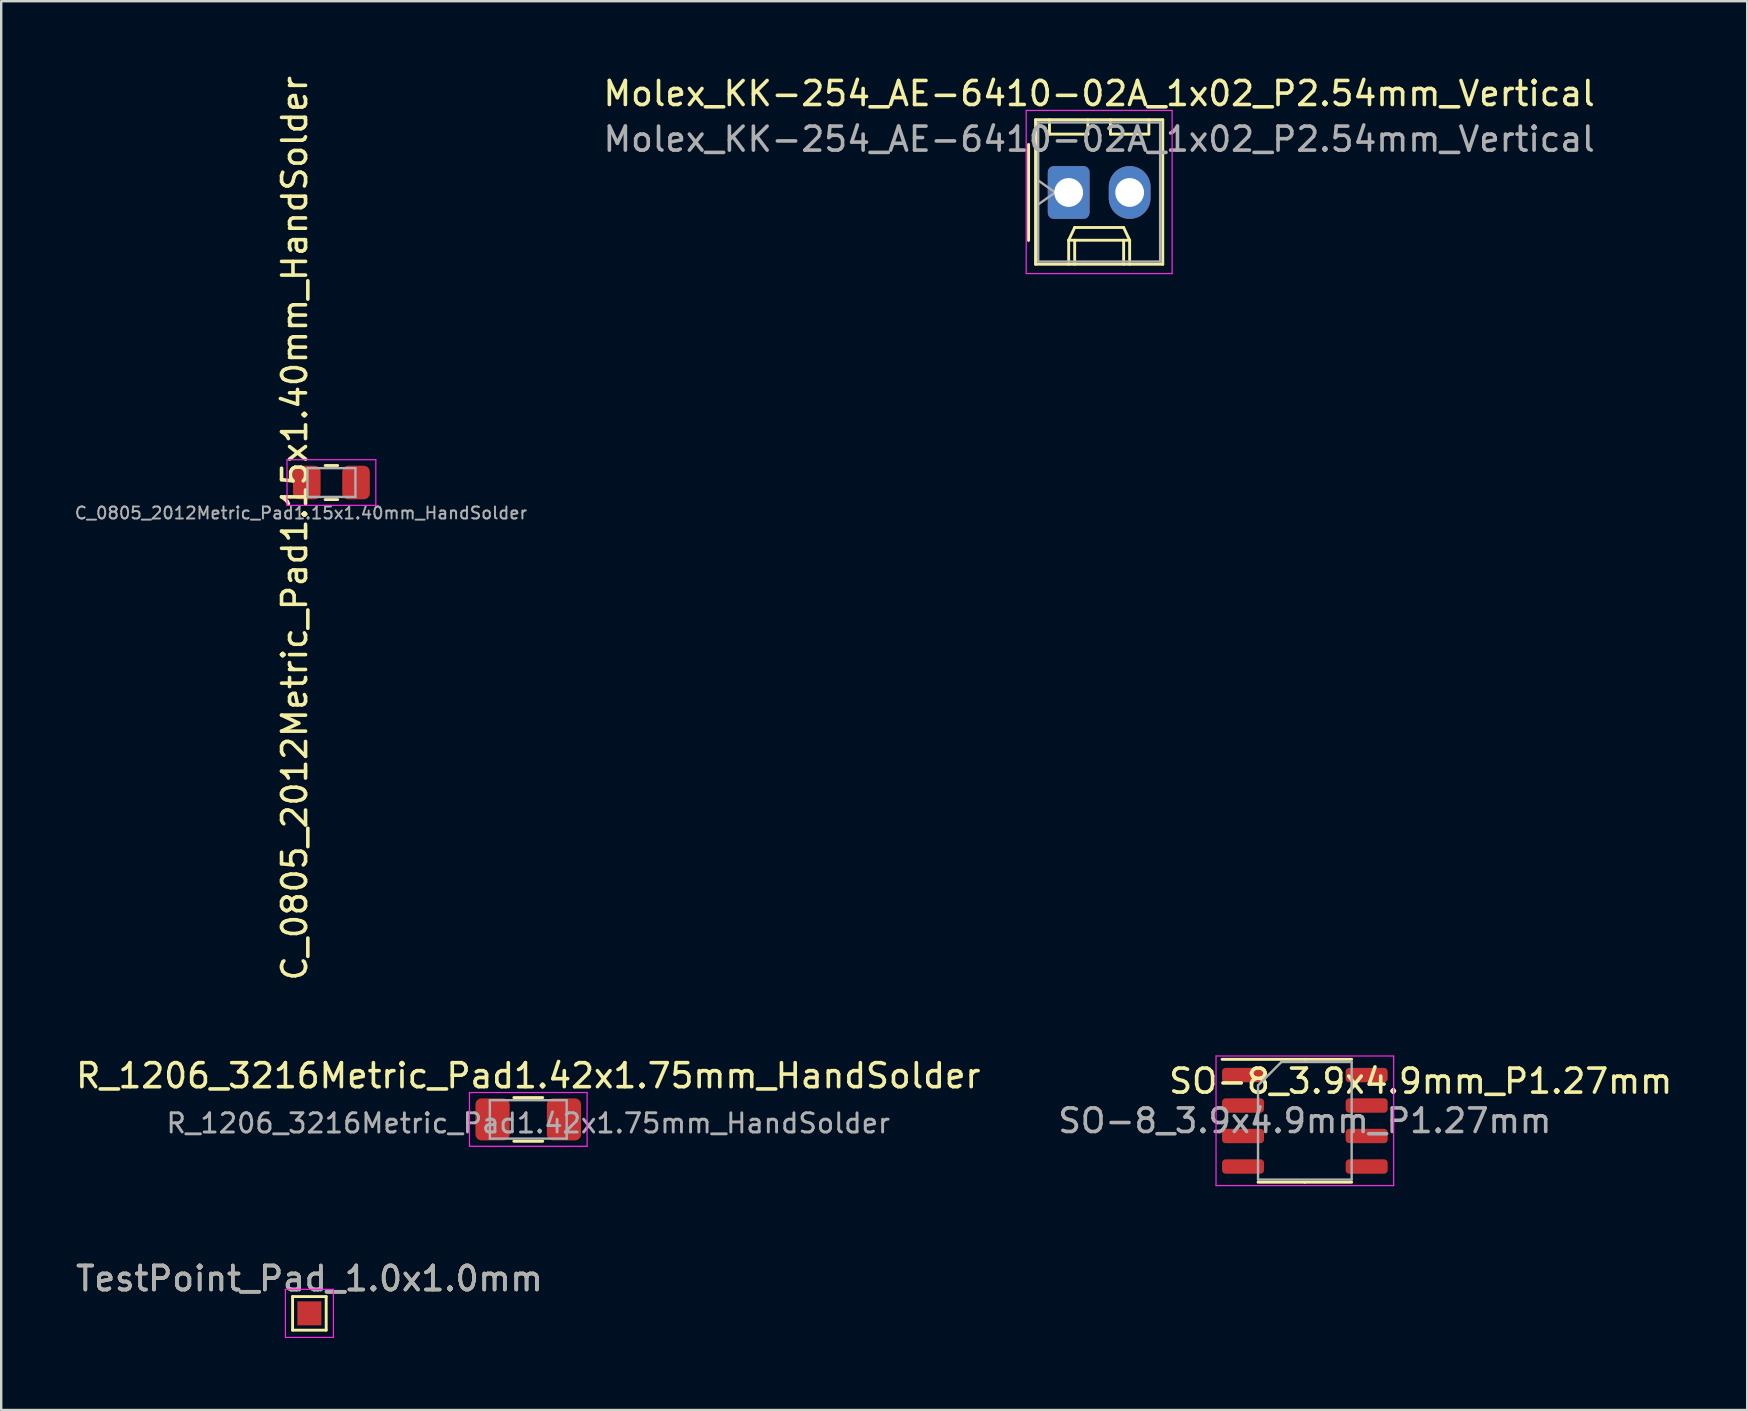
<source format=kicad_pcb>
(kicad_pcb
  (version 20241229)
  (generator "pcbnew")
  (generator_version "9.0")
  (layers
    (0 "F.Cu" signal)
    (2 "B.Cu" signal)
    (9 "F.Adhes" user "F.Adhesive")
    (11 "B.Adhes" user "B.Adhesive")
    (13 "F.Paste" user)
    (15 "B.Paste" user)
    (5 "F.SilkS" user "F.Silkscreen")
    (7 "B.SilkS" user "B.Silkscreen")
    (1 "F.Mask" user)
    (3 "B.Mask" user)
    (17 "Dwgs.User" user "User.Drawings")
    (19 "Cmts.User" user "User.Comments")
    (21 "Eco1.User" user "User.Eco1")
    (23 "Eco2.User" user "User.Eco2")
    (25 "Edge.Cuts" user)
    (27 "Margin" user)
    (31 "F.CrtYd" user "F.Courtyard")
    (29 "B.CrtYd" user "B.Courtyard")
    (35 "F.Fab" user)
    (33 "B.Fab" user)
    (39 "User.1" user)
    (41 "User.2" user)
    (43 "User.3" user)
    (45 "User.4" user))
  (footprint "C_0805_2012Metric_Pad1.15x1.40mm_HandSolder"
    (layer "F.Cu")
    (at 10.757 17.053)
    (property "Reference" "C_0805_2012Metric_Pad1.15x1.40mm_HandSolder" (at -1.533 1.905 90) (layer "F.SilkS") (effects (font (size 1 1) (thickness 0.15))))
    (attr smd)
    (fp_line (start -0.261 -0.71) (end 0.261 -0.71) (stroke (width 0.12) (type solid)) (layer "F.SilkS"))
    (fp_line (start -0.261 0.71) (end 0.261 0.71) (stroke (width 0.12) (type solid)) (layer "F.SilkS"))
    (fp_line (start -1.85 -0.95) (end 1.85 -0.95) (stroke (width 0.05) (type solid)) (layer "F.CrtYd"))
    (fp_line (start -1.85 0.95) (end -1.85 -0.95) (stroke (width 0.05) (type solid)) (layer "F.CrtYd"))
    (fp_line (start 1.85 -0.95) (end 1.85 0.95) (stroke (width 0.05) (type solid)) (layer "F.CrtYd"))
    (fp_line (start 1.85 0.95) (end -1.85 0.95) (stroke (width 0.05) (type solid)) (layer "F.CrtYd"))
    (fp_line (start -1 -0.6) (end 1 -0.6) (stroke (width 0.1) (type solid)) (layer "F.Fab"))
    (fp_line (start -1 0.6) (end -1 -0.6) (stroke (width 0.1) (type solid)) (layer "F.Fab"))
    (fp_line (start 1 -0.6) (end 1 0.6) (stroke (width 0.1) (type solid)) (layer "F.Fab"))
    (fp_line (start 1 0.6) (end -1 0.6) (stroke (width 0.1) (type solid)) (layer "F.Fab"))
    (fp_text user "${REFERENCE}" (at -1.27 1.27 0) (layer "F.Fab") (effects (font (size 0.5 0.5) (thickness 0.08))))
    (pad "1" smd roundrect (at -1.025 0) (size 1.15 1.4) (layers "F.Cu" "F.Mask" "F.Paste") (roundrect_rratio 0.217))
    (pad "2" smd roundrect (at 1.025 0) (size 1.15 1.4) (layers "F.Cu" "F.Mask" "F.Paste") (roundrect_rratio 0.217)))
  (footprint "TestPoint_Pad_1.0x1.0mm"
    (layer "F.Cu")
    (at 9.839 51.665)
    (property "Reference" "TestPoint_Pad_1.0x1.0mm" (at 0 -1.448 0) (layer "F.SilkS") (effects (font (size 1 1) (thickness 0.15))))
    (attr exclude_from_pos_files exclude_from_bom)
    (fp_line (start -0.7 -0.7) (end 0.7 -0.7) (stroke (width 0.12) (type solid)) (layer "F.SilkS"))
    (fp_line (start -0.7 0.7) (end -0.7 -0.7) (stroke (width 0.12) (type solid)) (layer "F.SilkS"))
    (fp_line (start 0.7 -0.7) (end 0.7 0.7) (stroke (width 0.12) (type solid)) (layer "F.SilkS"))
    (fp_line (start 0.7 0.7) (end -0.7 0.7) (stroke (width 0.12) (type solid)) (layer "F.SilkS"))
    (fp_line (start -1 -1) (end -1 1) (stroke (width 0.05) (type solid)) (layer "F.CrtYd"))
    (fp_line (start -1 -1) (end 1 -1) (stroke (width 0.05) (type solid)) (layer "F.CrtYd"))
    (fp_line (start 1 1) (end -1 1) (stroke (width 0.05) (type solid)) (layer "F.CrtYd"))
    (fp_line (start 1 1) (end 1 -1) (stroke (width 0.05) (type solid)) (layer "F.CrtYd"))
    (fp_text user "${REFERENCE}" (at 0 -1.45 0) (layer "F.Fab") (effects (font (size 1 1) (thickness 0.15))))
    (pad "1" smd rect (at 0 0) (size 1 1) (layers "F.Cu" "F.Mask")))
  (footprint "SO-8_3.9x4.9mm_P1.27mm"
    (layer "F.Cu")
    (at 51.31 43.642)
    (property "Reference" "SO-8_3.9x4.9mm_P1.27mm" (at 4.826 -1.651 0) (layer "F.SilkS") (effects (font (size 1 1) (thickness 0.15))))
    (attr smd)
    (fp_line (start 0 -2.56) (end -3.45 -2.56) (stroke (width 0.12) (type solid)) (layer "F.SilkS"))
    (fp_line (start 0 -2.56) (end 1.95 -2.56) (stroke (width 0.12) (type solid)) (layer "F.SilkS"))
    (fp_line (start 0 2.56) (end -1.95 2.56) (stroke (width 0.12) (type solid)) (layer "F.SilkS"))
    (fp_line (start 0 2.56) (end 1.95 2.56) (stroke (width 0.12) (type solid)) (layer "F.SilkS"))
    (fp_line (start -3.7 -2.7) (end -3.7 2.7) (stroke (width 0.05) (type solid)) (layer "F.CrtYd"))
    (fp_line (start -3.7 2.7) (end 3.7 2.7) (stroke (width 0.05) (type solid)) (layer "F.CrtYd"))
    (fp_line (start 3.7 -2.7) (end -3.7 -2.7) (stroke (width 0.05) (type solid)) (layer "F.CrtYd"))
    (fp_line (start 3.7 2.7) (end 3.7 -2.7) (stroke (width 0.05) (type solid)) (layer "F.CrtYd"))
    (fp_line (start -1.95 -1.475) (end -0.975 -2.45) (stroke (width 0.1) (type solid)) (layer "F.Fab"))
    (fp_line (start -1.95 2.45) (end -1.95 -1.475) (stroke (width 0.1) (type solid)) (layer "F.Fab"))
    (fp_line (start -0.975 -2.45) (end 1.95 -2.45) (stroke (width 0.1) (type solid)) (layer "F.Fab"))
    (fp_line (start 1.95 -2.45) (end 1.95 2.45) (stroke (width 0.1) (type solid)) (layer "F.Fab"))
    (fp_line (start 1.95 2.45) (end -1.95 2.45) (stroke (width 0.1) (type solid)) (layer "F.Fab"))
    (fp_text user "${REFERENCE}" (at 0 0 0) (layer "F.Fab") (effects (font (size 0.98 0.98) (thickness 0.15))))
    (pad "1" smd roundrect (at -2.575 -1.905) (size 1.75 0.6) (layers "F.Cu" "F.Mask" "F.Paste") (roundrect_rratio 0.25))
    (pad "2" smd roundrect (at -2.575 -0.635) (size 1.75 0.6) (layers "F.Cu" "F.Mask" "F.Paste") (roundrect_rratio 0.25))
    (pad "3" smd roundrect (at -2.575 0.635) (size 1.75 0.6) (layers "F.Cu" "F.Mask" "F.Paste") (roundrect_rratio 0.25))
    (pad "4" smd roundrect (at -2.575 1.905) (size 1.75 0.6) (layers "F.Cu" "F.Mask" "F.Paste") (roundrect_rratio 0.25))
    (pad "5" smd roundrect (at 2.575 1.905) (size 1.75 0.6) (layers "F.Cu" "F.Mask" "F.Paste") (roundrect_rratio 0.25))
    (pad "6" smd roundrect (at 2.575 0.635) (size 1.75 0.6) (layers "F.Cu" "F.Mask" "F.Paste") (roundrect_rratio 0.25))
    (pad "7" smd roundrect (at 2.575 -0.635) (size 1.75 0.6) (layers "F.Cu" "F.Mask" "F.Paste") (roundrect_rratio 0.25))
    (pad "8" smd roundrect (at 2.575 -1.905) (size 1.75 0.6) (layers "F.Cu" "F.Mask" "F.Paste") (roundrect_rratio 0.25)))
  (footprint "Molex_KK-254_AE-6410-02A_1x02_P2.54mm_Vertical"
    (layer "F.Cu")
    (at 41.471 4.968)
    (property "Reference" "Molex_KK-254_AE-6410-02A_1x02_P2.54mm_Vertical" (at 1.27 -4.12 0) (layer "F.SilkS") (effects (font (size 1 1) (thickness 0.15))))
    (attr through_hole)
    (fp_line (start -1.67 -2) (end -1.67 2) (stroke (width 0.12) (type solid)) (layer "F.SilkS"))
    (fp_line (start -1.38 -3.03) (end -1.38 2.99) (stroke (width 0.12) (type solid)) (layer "F.SilkS"))
    (fp_line (start -1.38 2.99) (end 3.92 2.99) (stroke (width 0.12) (type solid)) (layer "F.SilkS"))
    (fp_line (start -0.8 -3.03) (end -0.8 -2.43) (stroke (width 0.12) (type solid)) (layer "F.SilkS"))
    (fp_line (start -0.8 -2.43) (end 0.8 -2.43) (stroke (width 0.12) (type solid)) (layer "F.SilkS"))
    (fp_line (start 0 1.99) (end 0.25 1.46) (stroke (width 0.12) (type solid)) (layer "F.SilkS"))
    (fp_line (start 0 1.99) (end 2.54 1.99) (stroke (width 0.12) (type solid)) (layer "F.SilkS"))
    (fp_line (start 0 2.99) (end 0 1.99) (stroke (width 0.12) (type solid)) (layer "F.SilkS"))
    (fp_line (start 0.25 1.46) (end 2.29 1.46) (stroke (width 0.12) (type solid)) (layer "F.SilkS"))
    (fp_line (start 0.25 2.99) (end 0.25 1.99) (stroke (width 0.12) (type solid)) (layer "F.SilkS"))
    (fp_line (start 0.8 -2.43) (end 0.8 -3.03) (stroke (width 0.12) (type solid)) (layer "F.SilkS"))
    (fp_line (start 1.74 -3.03) (end 1.74 -2.43) (stroke (width 0.12) (type solid)) (layer "F.SilkS"))
    (fp_line (start 1.74 -2.43) (end 3.34 -2.43) (stroke (width 0.12) (type solid)) (layer "F.SilkS"))
    (fp_line (start 2.29 1.46) (end 2.54 1.99) (stroke (width 0.12) (type solid)) (layer "F.SilkS"))
    (fp_line (start 2.29 2.99) (end 2.29 1.99) (stroke (width 0.12) (type solid)) (layer "F.SilkS"))
    (fp_line (start 2.54 1.99) (end 2.54 2.99) (stroke (width 0.12) (type solid)) (layer "F.SilkS"))
    (fp_line (start 3.34 -2.43) (end 3.34 -3.03) (stroke (width 0.12) (type solid)) (layer "F.SilkS"))
    (fp_line (start 3.92 -3.03) (end -1.38 -3.03) (stroke (width 0.12) (type solid)) (layer "F.SilkS"))
    (fp_line (start 3.92 2.99) (end 3.92 -3.03) (stroke (width 0.12) (type solid)) (layer "F.SilkS"))
    (fp_line (start -1.77 -3.42) (end -1.77 3.38) (stroke (width 0.05) (type solid)) (layer "F.CrtYd"))
    (fp_line (start -1.77 3.38) (end 4.31 3.38) (stroke (width 0.05) (type solid)) (layer "F.CrtYd"))
    (fp_line (start 4.31 -3.42) (end -1.77 -3.42) (stroke (width 0.05) (type solid)) (layer "F.CrtYd"))
    (fp_line (start 4.31 3.38) (end 4.31 -3.42) (stroke (width 0.05) (type solid)) (layer "F.CrtYd"))
    (fp_line (start -1.27 -2.92) (end -1.27 2.88) (stroke (width 0.1) (type solid)) (layer "F.Fab"))
    (fp_line (start -1.27 -0.5) (end -0.563 0) (stroke (width 0.1) (type solid)) (layer "F.Fab"))
    (fp_line (start -1.27 2.88) (end 3.81 2.88) (stroke (width 0.1) (type solid)) (layer "F.Fab"))
    (fp_line (start -0.563 0) (end -1.27 0.5) (stroke (width 0.1) (type solid)) (layer "F.Fab"))
    (fp_line (start 3.81 -2.92) (end -1.27 -2.92) (stroke (width 0.1) (type solid)) (layer "F.Fab"))
    (fp_line (start 3.81 2.88) (end 3.81 -2.92) (stroke (width 0.1) (type solid)) (layer "F.Fab"))
    (fp_text user "${REFERENCE}" (at 1.27 -2.22 0) (layer "F.Fab") (effects (font (size 1 1) (thickness 0.15))))
    (pad "1" thru_hole roundrect (at 0 0) (size 1.74 2.2) (drill 1.2) (layers "*.Cu" "*.Mask") (roundrect_rratio 0.144))
    (pad "2" thru_hole oval (at 2.54 0) (size 1.74 2.2) (drill 1.2) (layers "*.Cu" "*.Mask")))
  (footprint "R_1206_3216Metric_Pad1.42x1.75mm_HandSolder"
    (layer "F.Cu")
    (at 18.958 43.585)
    (property "Reference" "R_1206_3216Metric_Pad1.42x1.75mm_HandSolder" (at 0 -1.82 0) (layer "F.SilkS") (effects (font (size 1 1) (thickness 0.15))))
    (attr smd)
    (fp_line (start -0.602 -0.91) (end 0.602 -0.91) (stroke (width 0.12) (type solid)) (layer "F.SilkS"))
    (fp_line (start -0.602 0.91) (end 0.602 0.91) (stroke (width 0.12) (type solid)) (layer "F.SilkS"))
    (fp_line (start -2.45 -1.12) (end 2.45 -1.12) (stroke (width 0.05) (type solid)) (layer "F.CrtYd"))
    (fp_line (start -2.45 1.12) (end -2.45 -1.12) (stroke (width 0.05) (type solid)) (layer "F.CrtYd"))
    (fp_line (start 2.45 -1.12) (end 2.45 1.12) (stroke (width 0.05) (type solid)) (layer "F.CrtYd"))
    (fp_line (start 2.45 1.12) (end -2.45 1.12) (stroke (width 0.05) (type solid)) (layer "F.CrtYd"))
    (fp_line (start -1.6 -0.8) (end 1.6 -0.8) (stroke (width 0.1) (type solid)) (layer "F.Fab"))
    (fp_line (start -1.6 0.8) (end -1.6 -0.8) (stroke (width 0.1) (type solid)) (layer "F.Fab"))
    (fp_line (start 1.6 -0.8) (end 1.6 0.8) (stroke (width 0.1) (type solid)) (layer "F.Fab"))
    (fp_line (start 1.6 0.8) (end -1.6 0.8) (stroke (width 0.1) (type solid)) (layer "F.Fab"))
    (fp_text user "${REFERENCE}" (at 0 0.16 0) (layer "F.Fab") (effects (font (size 0.8 0.8) (thickness 0.12))))
    (pad "1" smd roundrect (at -1.488 0) (size 1.425 1.75) (layers "F.Cu" "F.Mask" "F.Paste") (roundrect_rratio 0.175))
    (pad "2" smd roundrect (at 1.488 0) (size 1.425 1.75) (layers "F.Cu" "F.Mask" "F.Paste") (roundrect_rratio 0.175)))
  (gr_rect
    (start -3 -3)
    (end 69.738 55.69)
    (stroke (width 0.1) (type default))
    (fill no)
    (layer "Edge.Cuts")))
</source>
